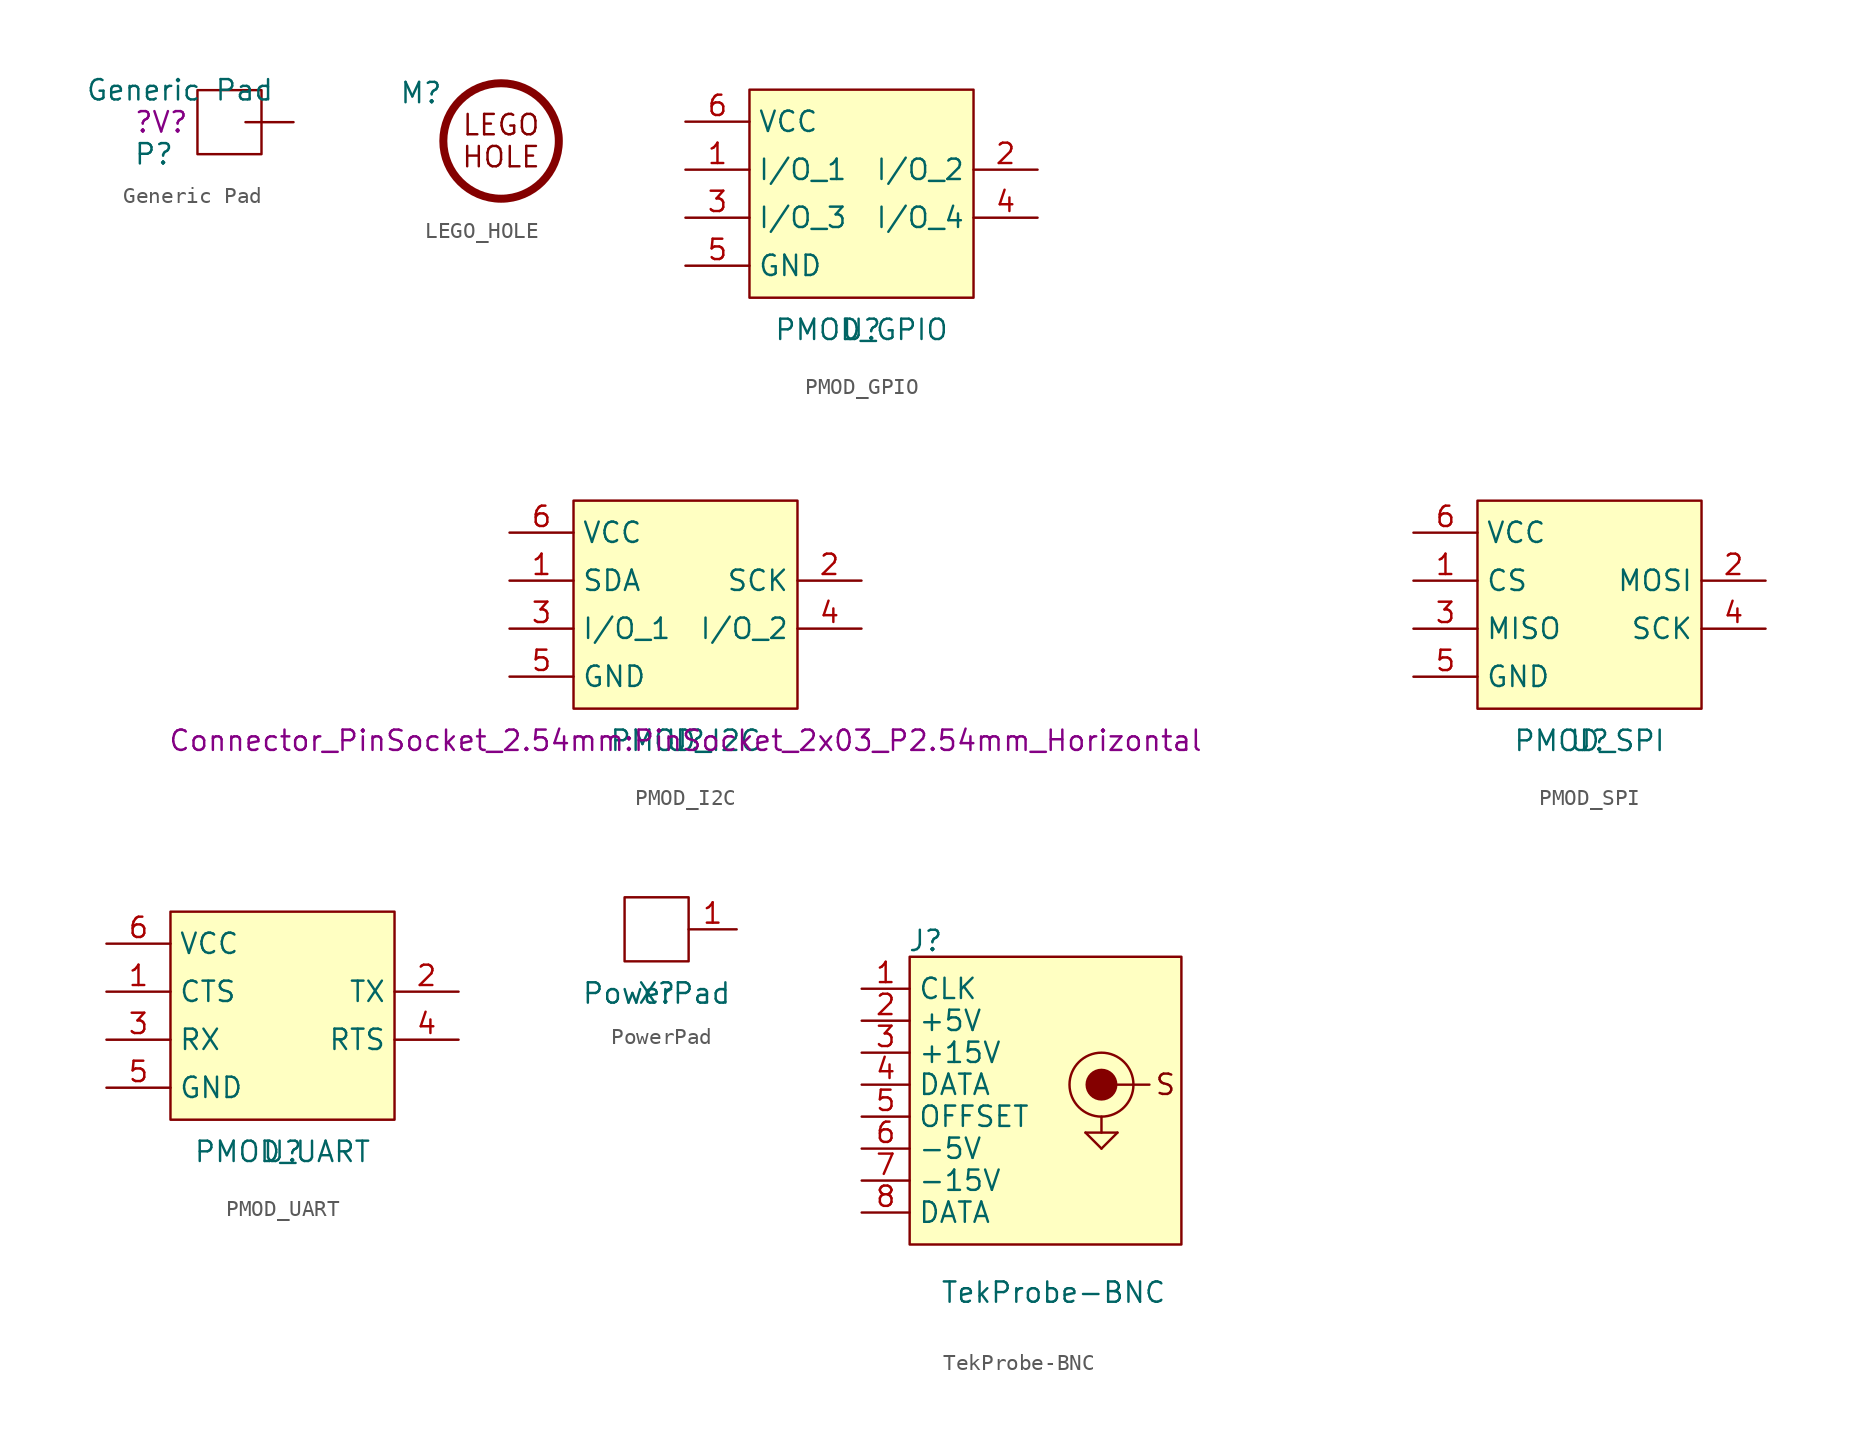
<source format=kicad_sym>
(kicad_symbol_lib
  (version 20211014)
  (generator kicad_symbol_editor)
  (symbol "Generic Pad"
    (pin_numbers hide)
    (pin_names
      (offset 0) hide)
    (property "Reference" "P"
      (at -6 -6 0)
      (effects (font (size 1.27 1.27)) (justify left)))
    (property "Value" "Generic Pad"
      (at -9 -2 0)
      (effects (font (size 1.27 1.27)) (justify left)))
    (property "Voltage" "?V?"
      (at -6 -4 0)
      (effects (font (size 1.27 1.27)) (justify left)))
    (symbol "Generic Pad_0_1"
      (rectangle (start -2 -2) (end 2 -6) (stroke (width 0) (type default) (color 0 0 0 0)) (fill (type none))))
    (symbol "Generic Pad_1_1"
      (pin passive line (at 4 -4 180) (length 3) (name "" (effects (font (size 1.27 1.27)))) (number "1" (effects (font (size 1.27 1.27)))))))
  (symbol "LEGO_HOLE"
    (pin_numbers hide)
    (pin_names
      (offset 0) hide)
    (property "Reference" "M"
      (at -5 0 0)
      (effects (font (size 1.27 1.27))))
    (symbol "LEGO_HOLE_0_0"
      (text "" (at -6 -3 0) (effects (font (size 1.27 1.27))))
      (text "HOLE" (at 0 -4 0) (effects (font (size 1.27 1.27))))
      (text "LEGO" (at 0 -2 0) (effects (font (size 1.27 1.27)))))
    (symbol "LEGO_HOLE_0_1"
      (circle (center 0 -3) (radius 3.606) (stroke (width 0.5) (type default) (color 0 0 0 0)) (fill (type none)))))
  (symbol "PMOD_GPIO"
    (property "Reference" "U"
      (at 0 0 0)
      (effects (font (size 1.27 1.27))))
    (property "Value" "PMOD_GPIO"
      (at 0 0 0)
      (effects (font (size 1.27 1.27))))
    (symbol "PMOD_GPIO_0_1"
      (rectangle (start -7 15) (end 7 2) (stroke (width 0) (type default) (color 0 0 0 0)) (fill (type background))))
    (symbol "PMOD_GPIO_1_1"
      (pin passive line (at -11 10 0) (length 4) (name "I/O_1" (effects (font (size 1.27 1.27)))) (number "1" (effects (font (size 1.27 1.27)))))
      (pin passive line (at 11 10 180) (length 4) (name "I/O_2" (effects (font (size 1.27 1.27)))) (number "2" (effects (font (size 1.27 1.27)))))
      (pin passive line (at -11 7 0) (length 4) (name "I/O_3" (effects (font (size 1.27 1.27)))) (number "3" (effects (font (size 1.27 1.27)))))
      (pin passive line (at 11 7 180) (length 4) (name "I/O_4" (effects (font (size 1.27 1.27)))) (number "4" (effects (font (size 1.27 1.27)))))
      (pin passive line (at -11 4 0) (length 4) (name "GND" (effects (font (size 1.27 1.27)))) (number "5" (effects (font (size 1.27 1.27)))))
      (pin passive line (at -11 13 0) (length 4) (name "VCC" (effects (font (size 1.27 1.27)))) (number "6" (effects (font (size 1.27 1.27)))))))
  (symbol "PMOD_I2C"
    (property "Reference" "U"
      (at 0 0 0)
      (effects (font (size 1.27 1.27))))
    (property "Value" "PMOD_I2C"
      (at 0 0 0)
      (effects (font (size 1.27 1.27))))
    (property "Footprint" "Connector_PinSocket_2.54mm:PinSocket_2x03_P2.54mm_Horizontal"
      (at 0 0 0)
      (effects (font (size 1.27 1.27))))
    (symbol "PMOD_I2C_0_1"
      (rectangle (start -7 15) (end 7 2) (stroke (width 0) (type default) (color 0 0 0 0)) (fill (type background))))
    (symbol "PMOD_I2C_1_1"
      (pin passive line (at -11 10 0) (length 4) (name "SDA" (effects (font (size 1.27 1.27)))) (number "1" (effects (font (size 1.27 1.27)))))
      (pin passive line (at 11 10 180) (length 4) (name "SCK" (effects (font (size 1.27 1.27)))) (number "2" (effects (font (size 1.27 1.27)))))
      (pin passive line (at -11 7 0) (length 4) (name "I/O_1" (effects (font (size 1.27 1.27)))) (number "3" (effects (font (size 1.27 1.27)))))
      (pin passive line (at 11 7 180) (length 4) (name "I/O_2" (effects (font (size 1.27 1.27)))) (number "4" (effects (font (size 1.27 1.27)))))
      (pin passive line (at -11 4 0) (length 4) (name "GND" (effects (font (size 1.27 1.27)))) (number "5" (effects (font (size 1.27 1.27)))))
      (pin passive line (at -11 13 0) (length 4) (name "VCC" (effects (font (size 1.27 1.27)))) (number "6" (effects (font (size 1.27 1.27)))))))
  (symbol "PMOD_SPI"
    (property "Reference" "U"
      (at 0 0 0)
      (effects (font (size 1.27 1.27))))
    (property "Value" "PMOD_SPI"
      (at 0 0 0)
      (effects (font (size 1.27 1.27))))
    (symbol "PMOD_SPI_0_1"
      (rectangle (start -7 15) (end 7 2) (stroke (width 0) (type default) (color 0 0 0 0)) (fill (type background))))
    (symbol "PMOD_SPI_1_1"
      (pin passive line (at -11 10 0) (length 4) (name "CS" (effects (font (size 1.27 1.27)))) (number "1" (effects (font (size 1.27 1.27)))))
      (pin passive line (at 11 10 180) (length 4) (name "MOSI" (effects (font (size 1.27 1.27)))) (number "2" (effects (font (size 1.27 1.27)))))
      (pin passive line (at -11 7 0) (length 4) (name "MISO" (effects (font (size 1.27 1.27)))) (number "3" (effects (font (size 1.27 1.27)))))
      (pin passive line (at 11 7 180) (length 4) (name "SCK" (effects (font (size 1.27 1.27)))) (number "4" (effects (font (size 1.27 1.27)))))
      (pin passive line (at -11 4 0) (length 4) (name "GND" (effects (font (size 1.27 1.27)))) (number "5" (effects (font (size 1.27 1.27)))))
      (pin passive line (at -11 13 0) (length 4) (name "VCC" (effects (font (size 1.27 1.27)))) (number "6" (effects (font (size 1.27 1.27)))))))
  (symbol "PMOD_UART"
    (property "Reference" "U"
      (at 0 0 0)
      (effects (font (size 1.27 1.27))))
    (property "Value" "PMOD_UART"
      (at 0 0 0)
      (effects (font (size 1.27 1.27))))
    (symbol "PMOD_UART_0_1"
      (rectangle (start -7 15) (end 7 2) (stroke (width 0) (type default) (color 0 0 0 0)) (fill (type background))))
    (symbol "PMOD_UART_1_1"
      (pin passive line (at -11 10 0) (length 4) (name "CTS" (effects (font (size 1.27 1.27)))) (number "1" (effects (font (size 1.27 1.27)))))
      (pin passive line (at 11 10 180) (length 4) (name "TX" (effects (font (size 1.27 1.27)))) (number "2" (effects (font (size 1.27 1.27)))))
      (pin passive line (at -11 7 0) (length 4) (name "RX" (effects (font (size 1.27 1.27)))) (number "3" (effects (font (size 1.27 1.27)))))
      (pin passive line (at 11 7 180) (length 4) (name "RTS" (effects (font (size 1.27 1.27)))) (number "4" (effects (font (size 1.27 1.27)))))
      (pin passive line (at -11 4 0) (length 4) (name "GND" (effects (font (size 1.27 1.27)))) (number "5" (effects (font (size 1.27 1.27)))))
      (pin passive line (at -11 13 0) (length 4) (name "VCC" (effects (font (size 1.27 1.27)))) (number "6" (effects (font (size 1.27 1.27)))))))
  (symbol "PowerPad"
    (property "Reference" "X"
      (at 0 0 0)
      (effects (font (size 1.27 1.27))))
    (property "Value" "PowerPad"
      (at 0 0 0)
      (effects (font (size 1.27 1.27))))
    (symbol "PowerPad_0_1"
      (rectangle (start -2 6) (end 2 2) (stroke (width 0) (type default) (color 0 0 0 0)) (fill (type none))))
    (symbol "PowerPad_1_1"
      (pin passive line (at 5 4 180) (length 3) (name "" (effects (font (size 1.27 1.27)))) (number "1" (effects (font (size 1.27 1.27)))))))
  (symbol "TekProbe-BNC"
    (property "Reference" "J"
      (at -4 0 0)
      (effects (font (size 1.27 1.27))))
    (property "Value" "TekProbe-BNC"
      (at 4 -22 0)
      (effects (font (size 1.27 1.27))))
    (symbol "TekProbe-BNC_0_0"
      (text "S" (at 11 -9 0) (effects (font (size 1.27 1.27)))))
    (symbol "TekProbe-BNC_0_1"
      (rectangle (start -5 -1) (end 12 -19) (stroke (width 0) (type default) (color 0 0 0 0)) (fill (type background)))
      (polyline (pts (xy 6 -12) (xy 7 -13)) (stroke (width 0) (type default) (color 0 0 0 0)) (fill (type none)))
      (polyline (pts (xy 6 -12) (xy 8 -12)) (stroke (width 0) (type default) (color 0 0 0 0)) (fill (type none)))
      (polyline (pts (xy 7 -11) (xy 7 -12)) (stroke (width 0) (type default) (color 0 0 0 0)) (fill (type none)))
      (polyline (pts (xy 7 -9) (xy 10 -9)) (stroke (width 0) (type default) (color 0 0 0 0)) (fill (type none)))
      (polyline (pts (xy 8 -12) (xy 7 -13)) (stroke (width 0) (type default) (color 0 0 0 0)) (fill (type none)))
      (circle (center 7 -9) (radius 0.0001) (stroke (width 1) (type default) (color 0 0 0 0)) (fill (type none)))
      (circle (center 7 -9) (radius 2) (stroke (width 0) (type default) (color 0 0 0 0)) (fill (type none))))
    (symbol "TekProbe-BNC_1_1"
      (pin input line (at -8 -3 0) (length 3) (name "CLK" (effects (font (size 1.27 1.27)))) (number "1" (effects (font (size 1.27 1.27)))))
      (pin input line (at -8 -5 0) (length 3) (name "+5V" (effects (font (size 1.27 1.27)))) (number "2" (effects (font (size 1.27 1.27)))))
      (pin input line (at -8 -7 0) (length 3) (name "+15V" (effects (font (size 1.27 1.27)))) (number "3" (effects (font (size 1.27 1.27)))))
      (pin input line (at -8 -9 0) (length 3) (name "DATA" (effects (font (size 1.27 1.27)))) (number "4" (effects (font (size 1.27 1.27)))))
      (pin input line (at -8 -11 0) (length 3) (name "OFFSET" (effects (font (size 1.27 1.27)))) (number "5" (effects (font (size 1.27 1.27)))))
      (pin input line (at -8 -13 0) (length 3) (name "-5V" (effects (font (size 1.27 1.27)))) (number "6" (effects (font (size 1.27 1.27)))))
      (pin input line (at -8 -15 0) (length 3) (name "-15V" (effects (font (size 1.27 1.27)))) (number "7" (effects (font (size 1.27 1.27)))))
      (pin input line (at -8 -17 0) (length 3) (name "DATA" (effects (font (size 1.27 1.27)))) (number "8" (effects (font (size 1.27 1.27))))))))
</source>
